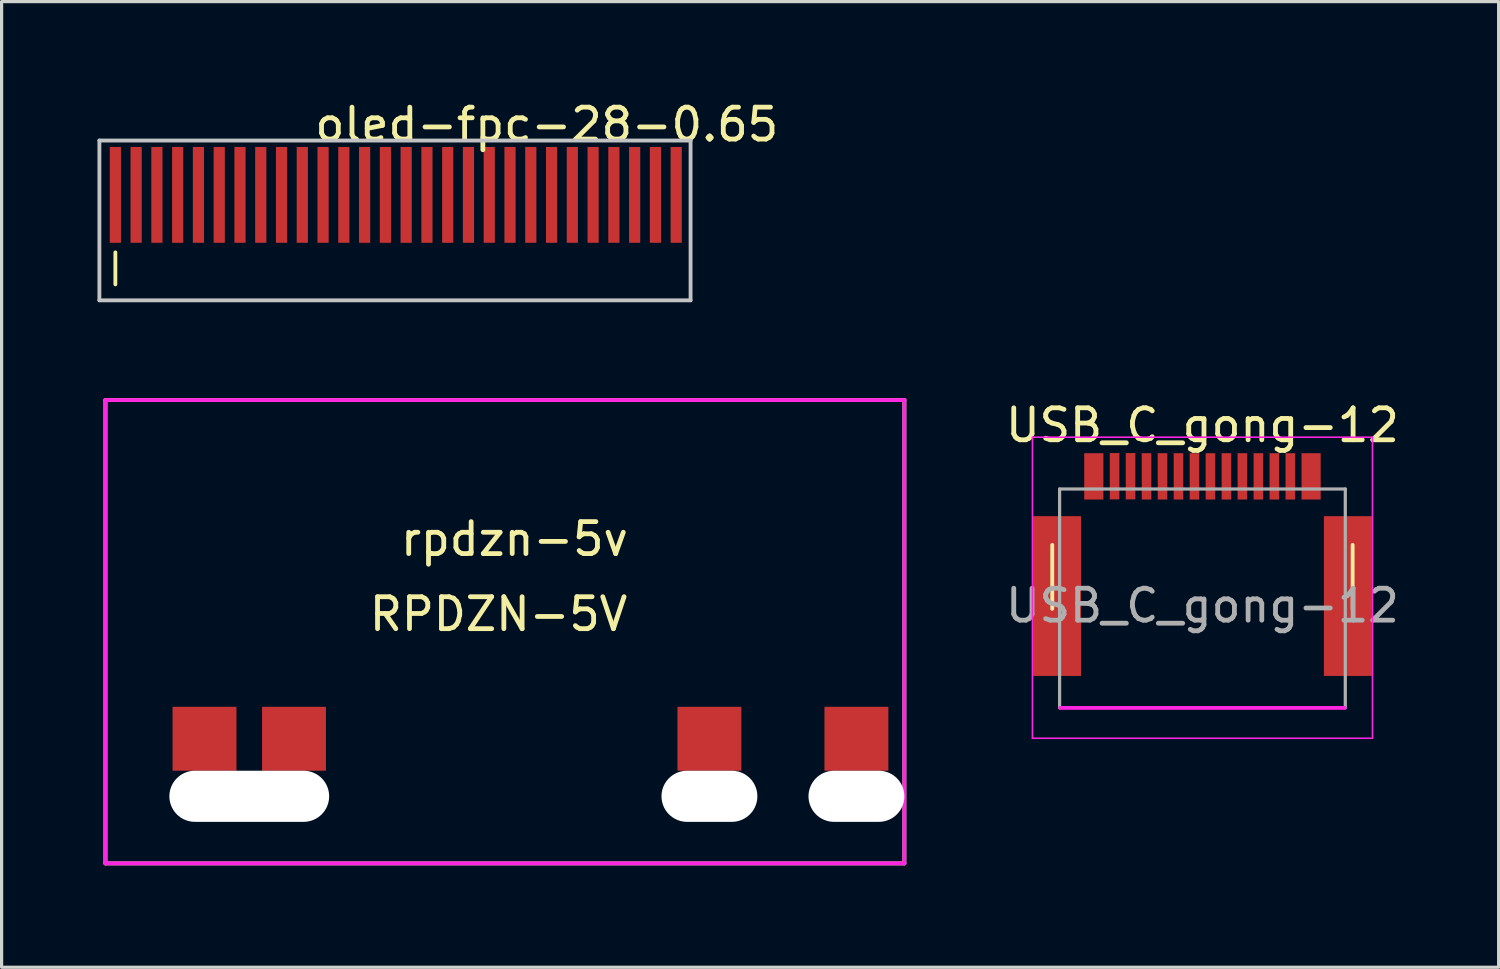
<source format=kicad_pcb>
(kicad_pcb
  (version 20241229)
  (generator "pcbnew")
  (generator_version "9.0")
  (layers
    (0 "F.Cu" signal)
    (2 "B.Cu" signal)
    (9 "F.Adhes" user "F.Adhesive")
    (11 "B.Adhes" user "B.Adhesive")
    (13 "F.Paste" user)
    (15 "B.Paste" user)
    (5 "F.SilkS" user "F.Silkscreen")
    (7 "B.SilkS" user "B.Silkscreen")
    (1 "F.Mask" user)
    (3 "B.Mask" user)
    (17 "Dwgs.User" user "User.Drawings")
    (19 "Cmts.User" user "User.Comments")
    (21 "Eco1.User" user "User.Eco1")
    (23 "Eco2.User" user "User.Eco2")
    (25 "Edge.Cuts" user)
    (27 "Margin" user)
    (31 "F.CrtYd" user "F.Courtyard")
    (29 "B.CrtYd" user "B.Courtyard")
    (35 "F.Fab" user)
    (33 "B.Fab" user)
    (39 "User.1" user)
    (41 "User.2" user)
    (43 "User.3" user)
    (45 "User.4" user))
  (footprint "USB_C_gong-12"
    (layer "F.Cu")
    (at 34.578 15.902)
    (property "Reference" "USB_C_gong-12" (at 0 -5.645 0) (layer "F.SilkS") (effects (font (size 1 1) (thickness 0.15))))
    (attr smd)
    (fp_line (start -4.7 -1.9) (end -4.7 0.1) (stroke (width 0.12) (type solid)) (layer "F.SilkS"))
    (fp_line (start 4.7 -1.9) (end 4.7 0.1) (stroke (width 0.12) (type solid)) (layer "F.SilkS"))
    (fp_line (start -5.32 -5.27) (end -5.32 4.15) (stroke (width 0.05) (type solid)) (layer "F.CrtYd"))
    (fp_line (start -5.32 -5.27) (end 5.32 -5.27) (stroke (width 0.05) (type solid)) (layer "F.CrtYd"))
    (fp_line (start -5.32 4.15) (end 5.32 4.15) (stroke (width 0.05) (type solid)) (layer "F.CrtYd"))
    (fp_line (start -4.45 3.2) (end 4.45 3.2) (stroke (width 0.12) (type solid)) (layer "F.CrtYd"))
    (fp_line (start 5.32 -5.27) (end 5.32 4.15) (stroke (width 0.05) (type solid)) (layer "F.CrtYd"))
    (fp_line (start -4.47 -3.65) (end -4.47 3.2) (stroke (width 0.1) (type solid)) (layer "F.Fab"))
    (fp_line (start -4.47 -3.65) (end 4.47 -3.65) (stroke (width 0.1) (type solid)) (layer "F.Fab"))
    (fp_line (start 4.47 -3.65) (end 4.47 3.2) (stroke (width 0.1) (type solid)) (layer "F.Fab"))
    (fp_text user "${REFERENCE}" (at 0 0 0) (layer "F.Fab") (effects (font (size 1 1) (thickness 0.15))))
    (pad "A1" smd rect (at 2.75 -4.045) (size 0.3 1.45) (layers "F.Cu" "F.Mask" "F.Paste"))
    (pad "A4" smd rect (at 1.25 -4.045) (size 0.3 1.45) (layers "F.Cu" "F.Mask" "F.Paste"))
    (pad "A5" smd rect (at 0.75 -4.045) (size 0.3 1.45) (layers "F.Cu" "F.Mask" "F.Paste"))
    (pad "A6" smd rect (at 0.25 -4.045) (size 0.3 1.45) (layers "F.Cu" "F.Mask" "F.Paste"))
    (pad "A7" smd rect (at -0.25 -4.045) (size 0.3 1.45) (layers "F.Cu" "F.Mask" "F.Paste"))
    (pad "A10" smd rect (at -1.75 -4.045) (size 0.3 1.45) (layers "F.Cu" "F.Mask" "F.Paste"))
    (pad "A11" smd rect (at -2.25 -4.05) (size 0.3 1.45) (layers "F.Cu" "F.Mask" "F.Paste"))
    (pad "A12" smd rect (at 2.25 -4.045) (size 0.3 1.45) (layers "F.Cu" "F.Mask" "F.Paste"))
    (pad "B2" smd rect (at -2.75 -4.05) (size 0.3 1.45) (layers "F.Cu" "F.Mask" "F.Paste"))
    (pad "B3" smd rect (at -1.25 -4.045) (size 0.3 1.45) (layers "F.Cu" "F.Mask" "F.Paste"))
    (pad "B5" smd rect (at -0.75 -4.045) (size 0.3 1.45) (layers "F.Cu" "F.Mask" "F.Paste"))
    (pad "B9" smd rect (at 1.75 -4.045) (size 0.3 1.45) (layers "F.Cu" "F.Mask" "F.Paste"))
    (pad "S1" smd rect (at -4.55 -0.3) (size 1.5 5) (layers "F.Cu" "F.Mask" "F.Paste"))
    (pad "S1" smd rect (at -3.4 -4.045) (size 0.6 1.45) (layers "F.Cu" "F.Mask" "F.Paste"))
    (pad "S1" smd rect (at 3.4 -4.045) (size 0.6 1.45) (layers "F.Cu" "F.Mask" "F.Paste"))
    (pad "S1" smd rect (at 4.55 -0.3) (size 1.5 5) (layers "F.Cu" "F.Mask" "F.Paste")))
  (footprint "oled-fpc-28-0.65"
    (layer "F.Cu")
    (at 14.06 4.848)
    (property "Reference" "oled-fpc-28-0.65" (at 0 -4 0) (layer "F.SilkS") (effects (font (size 1 1) (thickness 0.15))))
    (attr smd)
    (fp_line (start -13.5 0) (end -13.5 1) (stroke (width 0.12) (type solid)) (layer "F.SilkS"))
    (fp_line (start -14 -3.5) (end 4.5 -3.5) (stroke (width 0.12) (type solid)) (layer "Dwgs.User"))
    (fp_line (start -14 1.5) (end -14 -3.5) (stroke (width 0.12) (type solid)) (layer "Dwgs.User"))
    (fp_line (start 4.5 -3.5) (end 4.5 1.5) (stroke (width 0.12) (type solid)) (layer "Dwgs.User"))
    (fp_line (start 4.5 1.5) (end -14 1.5) (stroke (width 0.12) (type solid)) (layer "Dwgs.User"))
    (pad "1" smd rect (at -13.5 -1.8) (size 0.35 3) (layers "F.Cu" "F.Mask" "F.Paste"))
    (pad "2" smd rect (at -12.85 -1.8) (size 0.35 3) (layers "F.Cu" "F.Mask" "F.Paste"))
    (pad "3" smd rect (at -12.2 -1.8) (size 0.35 3) (layers "F.Cu" "F.Mask" "F.Paste"))
    (pad "4" smd rect (at -11.55 -1.8) (size 0.35 3) (layers "F.Cu" "F.Mask" "F.Paste"))
    (pad "5" smd rect (at -10.9 -1.8) (size 0.35 3) (layers "F.Cu" "F.Mask" "F.Paste"))
    (pad "6" smd rect (at -10.25 -1.8) (size 0.35 3) (layers "F.Cu" "F.Mask" "F.Paste"))
    (pad "7" smd rect (at -9.6 -1.8) (size 0.35 3) (layers "F.Cu" "F.Mask" "F.Paste"))
    (pad "8" smd rect (at -8.95 -1.8) (size 0.35 3) (layers "F.Cu" "F.Mask" "F.Paste"))
    (pad "9" smd rect (at -8.3 -1.8) (size 0.35 3) (layers "F.Cu" "F.Mask" "F.Paste"))
    (pad "10" smd rect (at -7.65 -1.8) (size 0.35 3) (layers "F.Cu" "F.Mask" "F.Paste"))
    (pad "11" smd rect (at -7 -1.8) (size 0.35 3) (layers "F.Cu" "F.Mask" "F.Paste"))
    (pad "12" smd rect (at -6.35 -1.8) (size 0.35 3) (layers "F.Cu" "F.Mask" "F.Paste"))
    (pad "13" smd rect (at -5.7 -1.8) (size 0.35 3) (layers "F.Cu" "F.Mask" "F.Paste"))
    (pad "14" smd rect (at -5.05 -1.8) (size 0.35 3) (layers "F.Cu" "F.Mask" "F.Paste"))
    (pad "15" smd rect (at -4.4 -1.8) (size 0.35 3) (layers "F.Cu" "F.Mask" "F.Paste"))
    (pad "16" smd rect (at -3.75 -1.8) (size 0.35 3) (layers "F.Cu" "F.Mask" "F.Paste"))
    (pad "17" smd rect (at -3.1 -1.8) (size 0.35 3) (layers "F.Cu" "F.Mask" "F.Paste"))
    (pad "18" smd rect (at -2.45 -1.8) (size 0.35 3) (layers "F.Cu" "F.Mask" "F.Paste"))
    (pad "19" smd rect (at -1.8 -1.8) (size 0.35 3) (layers "F.Cu" "F.Mask" "F.Paste"))
    (pad "20" smd rect (at -1.15 -1.8) (size 0.35 3) (layers "F.Cu" "F.Mask" "F.Paste"))
    (pad "21" smd rect (at -0.5 -1.8) (size 0.35 3) (layers "F.Cu" "F.Mask" "F.Paste"))
    (pad "22" smd rect (at 0.15 -1.8) (size 0.35 3) (layers "F.Cu" "F.Mask" "F.Paste"))
    (pad "23" smd rect (at 0.8 -1.8) (size 0.35 3) (layers "F.Cu" "F.Mask" "F.Paste"))
    (pad "24" smd rect (at 1.45 -1.8) (size 0.35 3) (layers "F.Cu" "F.Mask" "F.Paste"))
    (pad "25" smd rect (at 2.1 -1.8) (size 0.35 3) (layers "F.Cu" "F.Mask" "F.Paste"))
    (pad "26" smd rect (at 2.75 -1.8) (size 0.35 3) (layers "F.Cu" "F.Mask" "F.Paste"))
    (pad "27" smd rect (at 3.4 -1.8) (size 0.35 3) (layers "F.Cu" "F.Mask" "F.Paste"))
    (pad "28" smd rect (at 4.05 -1.8) (size 0.35 3) (layers "F.Cu" "F.Mask" "F.Paste")))
  (footprint "rpdzn-5v"
    (layer "F.Cu")
    (at 0.25 23.968)
    (property "Reference" "rpdzn-5v" (at 12.8 -10.15 0) (layer "F.SilkS") (effects (font (size 1 1) (thickness 0.15))))
    (attr through_hole)
    (fp_line (start 0 -14.5) (end 0 0) (stroke (width 0.12) (type solid)) (layer "F.SilkS"))
    (fp_line (start 0 0) (end 25 0) (stroke (width 0.12) (type solid)) (layer "F.SilkS"))
    (fp_line (start 25 -14.5) (end 0 -14.5) (stroke (width 0.12) (type solid)) (layer "F.SilkS"))
    (fp_line (start 25 0) (end 25 -14.5) (stroke (width 0.12) (type solid)) (layer "F.SilkS"))
    (fp_line (start 0 -14.5) (end 0 0) (stroke (width 0.12) (type solid)) (layer "F.CrtYd"))
    (fp_line (start 0 0) (end 25 0) (stroke (width 0.12) (type solid)) (layer "F.CrtYd"))
    (fp_line (start 25 -14.5) (end 0 -14.5) (stroke (width 0.12) (type solid)) (layer "F.CrtYd"))
    (fp_line (start 25 0) (end 25 -14.5) (stroke (width 0.12) (type solid)) (layer "F.CrtYd"))
    (fp_text user "RPDZN-5V" (at 12.3 -7.8 0) (layer "F.SilkS") (effects (font (size 1 1) (thickness 0.15))))
    (pad "" np_thru_hole oval (at 4.5 -2.1) (size 5 1.6) (drill oval 5 1.6) (layers "*.Cu" "*.Mask"))
    (pad "" np_thru_hole oval (at 18.9 -2.1) (size 3 1.6) (drill oval 3 1.6) (layers "*.Cu" "*.Mask"))
    (pad "" np_thru_hole oval (at 23.5 -2.1) (size 3 1.6) (drill oval 3 1.6) (layers "*.Cu" "*.Mask"))
    (pad "1" smd rect (at 23.5 -3.9) (size 2 2) (layers "F.Cu" "F.Mask" "F.Paste"))
    (pad "2" smd rect (at 18.9 -3.9) (size 2 2) (layers "F.Cu" "F.Mask" "F.Paste"))
    (pad "3" smd rect (at 3.1 -3.9) (size 2 2) (layers "F.Cu" "F.Mask" "F.Paste"))
    (pad "4" smd rect (at 5.9 -3.9) (size 2 2) (layers "F.Cu" "F.Mask" "F.Paste")))
  (gr_rect
    (start -3 -3)
    (end 43.846 27.218)
    (stroke (width 0.1) (type default))
    (fill no)
    (layer "Edge.Cuts")))
</source>
